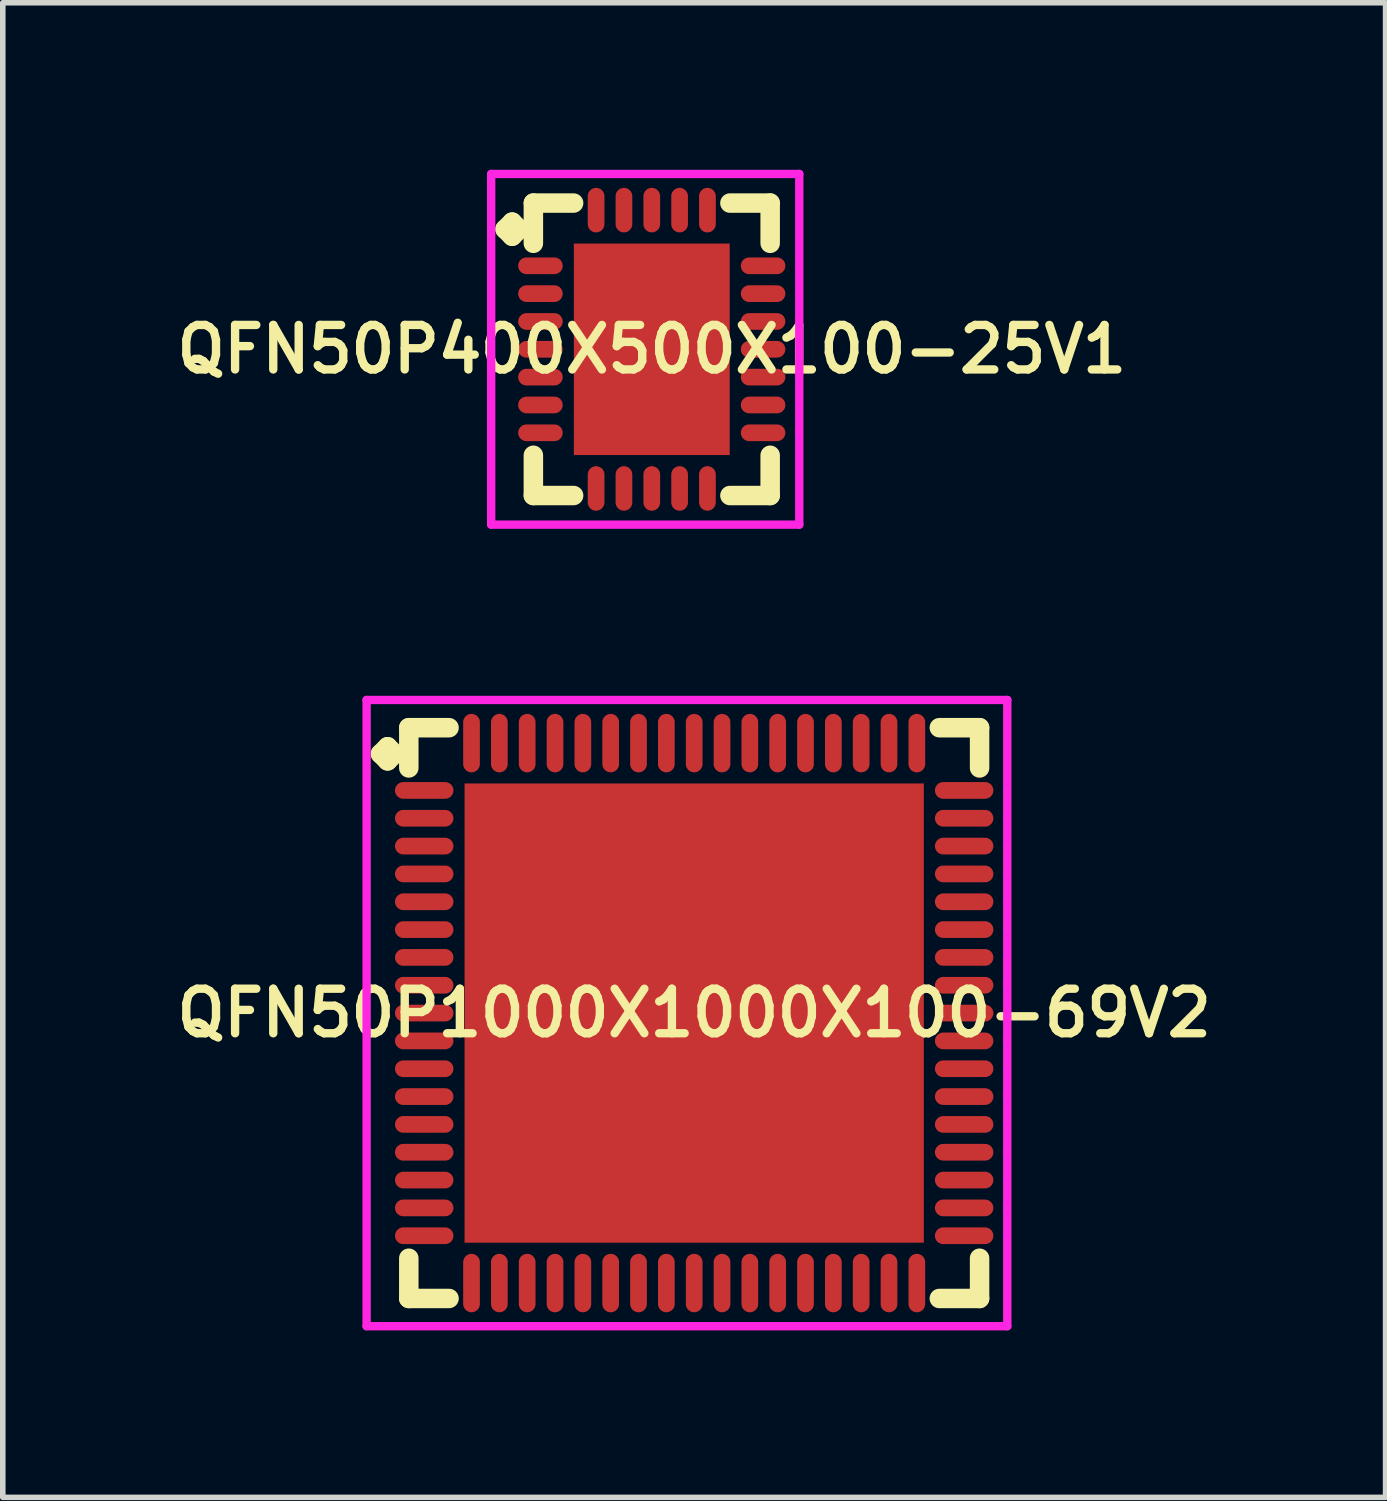
<source format=kicad_pcb>
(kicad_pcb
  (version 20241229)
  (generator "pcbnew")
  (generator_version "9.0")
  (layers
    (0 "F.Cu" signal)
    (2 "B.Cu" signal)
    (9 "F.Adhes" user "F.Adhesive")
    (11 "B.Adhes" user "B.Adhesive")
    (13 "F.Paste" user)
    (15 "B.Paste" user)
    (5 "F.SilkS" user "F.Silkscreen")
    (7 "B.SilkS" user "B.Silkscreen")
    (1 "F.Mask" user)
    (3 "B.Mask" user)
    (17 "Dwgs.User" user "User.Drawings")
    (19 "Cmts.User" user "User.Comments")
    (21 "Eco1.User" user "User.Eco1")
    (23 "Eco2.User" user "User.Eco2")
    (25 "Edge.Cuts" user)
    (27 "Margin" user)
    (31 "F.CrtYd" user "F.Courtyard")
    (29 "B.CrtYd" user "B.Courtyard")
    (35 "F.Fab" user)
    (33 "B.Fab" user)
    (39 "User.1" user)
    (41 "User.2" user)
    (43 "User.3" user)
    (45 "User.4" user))
  (footprint "QFN50P1000X1000X100-69V2"
    (layer "F.Cu")
    (at 9.421 15.15)
    (property "Reference" "QFN50P1000X1000X100-69V2" (at 0 0 0) (layer "F.SilkS") (effects (font (size 0.8 0.8) (thickness 0.15))))
    (attr smd)
    (fp_line (start -5.635 -4.658) (end -5.508 -4.785) (stroke (width 0.35) (type solid)) (layer "F.SilkS"))
    (fp_line (start -5.508 -4.785) (end -5.381 -4.658) (stroke (width 0.35) (type solid)) (layer "F.SilkS"))
    (fp_line (start -5.508 -4.531) (end -5.635 -4.658) (stroke (width 0.35) (type solid)) (layer "F.SilkS"))
    (fp_line (start -5.381 -4.658) (end -5.508 -4.531) (stroke (width 0.35) (type solid)) (layer "F.SilkS"))
    (fp_line (start -5.127 -5.127) (end -4.404 -5.127) (stroke (width 0.35) (type solid)) (layer "F.SilkS"))
    (fp_line (start -5.127 -4.404) (end -5.127 -5.127) (stroke (width 0.35) (type solid)) (layer "F.SilkS"))
    (fp_line (start -5.127 4.404) (end -5.127 5.127) (stroke (width 0.35) (type solid)) (layer "F.SilkS"))
    (fp_line (start -5.127 5.127) (end -4.404 5.127) (stroke (width 0.35) (type solid)) (layer "F.SilkS"))
    (fp_line (start 4.404 -5.127) (end 5.127 -5.127) (stroke (width 0.35) (type solid)) (layer "F.SilkS"))
    (fp_line (start 4.404 5.127) (end 5.127 5.127) (stroke (width 0.35) (type solid)) (layer "F.SilkS"))
    (fp_line (start 5.127 -5.127) (end 5.127 -4.404) (stroke (width 0.35) (type solid)) (layer "F.SilkS"))
    (fp_line (start 5.127 5.127) (end 5.127 4.404) (stroke (width 0.35) (type solid)) (layer "F.SilkS"))
    (fp_line (start -5.885 -5.625) (end 5.625 -5.625) (stroke (width 0.15) (type solid)) (layer "F.CrtYd"))
    (fp_line (start -5.885 5.625) (end -5.885 -5.625) (stroke (width 0.15) (type solid)) (layer "F.CrtYd"))
    (fp_line (start 5.625 -5.625) (end 5.625 5.625) (stroke (width 0.15) (type solid)) (layer "F.CrtYd"))
    (fp_line (start 5.625 5.625) (end -5.885 5.625) (stroke (width 0.15) (type solid)) (layer "F.CrtYd"))
    (pad "1" smd oval (at -4.85 -4) (size 1.05 0.3) (layers "F.Cu" "F.Mask" "F.Paste"))
    (pad "2" smd oval (at -4.85 -3.5) (size 1.05 0.3) (layers "F.Cu" "F.Mask" "F.Paste"))
    (pad "3" smd oval (at -4.85 -3) (size 1.05 0.3) (layers "F.Cu" "F.Mask" "F.Paste"))
    (pad "4" smd oval (at -4.85 -2.5) (size 1.05 0.3) (layers "F.Cu" "F.Mask" "F.Paste"))
    (pad "5" smd oval (at -4.85 -2) (size 1.05 0.3) (layers "F.Cu" "F.Mask" "F.Paste"))
    (pad "6" smd oval (at -4.85 -1.5) (size 1.05 0.3) (layers "F.Cu" "F.Mask" "F.Paste"))
    (pad "7" smd oval (at -4.85 -1) (size 1.05 0.3) (layers "F.Cu" "F.Mask" "F.Paste"))
    (pad "8" smd oval (at -4.85 -0.5) (size 1.05 0.3) (layers "F.Cu" "F.Mask" "F.Paste"))
    (pad "9" smd oval (at -4.85 0) (size 1.05 0.3) (layers "F.Cu" "F.Mask" "F.Paste"))
    (pad "10" smd oval (at -4.85 0.5) (size 1.05 0.3) (layers "F.Cu" "F.Mask" "F.Paste"))
    (pad "11" smd oval (at -4.85 1) (size 1.05 0.3) (layers "F.Cu" "F.Mask" "F.Paste"))
    (pad "12" smd oval (at -4.85 1.5) (size 1.05 0.3) (layers "F.Cu" "F.Mask" "F.Paste"))
    (pad "13" smd oval (at -4.85 2) (size 1.05 0.3) (layers "F.Cu" "F.Mask" "F.Paste"))
    (pad "14" smd oval (at -4.85 2.5) (size 1.05 0.3) (layers "F.Cu" "F.Mask" "F.Paste"))
    (pad "15" smd oval (at -4.85 3) (size 1.05 0.3) (layers "F.Cu" "F.Mask" "F.Paste"))
    (pad "16" smd oval (at -4.85 3.5) (size 1.05 0.3) (layers "F.Cu" "F.Mask" "F.Paste"))
    (pad "17" smd oval (at -4.85 4) (size 1.05 0.3) (layers "F.Cu" "F.Mask" "F.Paste"))
    (pad "18" smd oval (at -4 4.85) (size 0.3 1.05) (layers "F.Cu" "F.Mask" "F.Paste"))
    (pad "19" smd oval (at -3.5 4.85) (size 0.3 1.05) (layers "F.Cu" "F.Mask" "F.Paste"))
    (pad "20" smd oval (at -3 4.85) (size 0.3 1.05) (layers "F.Cu" "F.Mask" "F.Paste"))
    (pad "21" smd oval (at -2.5 4.85) (size 0.3 1.05) (layers "F.Cu" "F.Mask" "F.Paste"))
    (pad "22" smd oval (at -2 4.85) (size 0.3 1.05) (layers "F.Cu" "F.Mask" "F.Paste"))
    (pad "23" smd oval (at -1.5 4.85) (size 0.3 1.05) (layers "F.Cu" "F.Mask" "F.Paste"))
    (pad "24" smd oval (at -1 4.85) (size 0.3 1.05) (layers "F.Cu" "F.Mask" "F.Paste"))
    (pad "25" smd oval (at -0.5 4.85) (size 0.3 1.05) (layers "F.Cu" "F.Mask" "F.Paste"))
    (pad "26" smd oval (at 0 4.85) (size 0.3 1.05) (layers "F.Cu" "F.Mask" "F.Paste"))
    (pad "27" smd oval (at 0.5 4.85) (size 0.3 1.05) (layers "F.Cu" "F.Mask" "F.Paste"))
    (pad "28" smd oval (at 1 4.85) (size 0.3 1.05) (layers "F.Cu" "F.Mask" "F.Paste"))
    (pad "29" smd oval (at 1.5 4.85) (size 0.3 1.05) (layers "F.Cu" "F.Mask" "F.Paste"))
    (pad "30" smd oval (at 2 4.85) (size 0.3 1.05) (layers "F.Cu" "F.Mask" "F.Paste"))
    (pad "31" smd oval (at 2.5 4.85) (size 0.3 1.05) (layers "F.Cu" "F.Mask" "F.Paste"))
    (pad "32" smd oval (at 3 4.85) (size 0.3 1.05) (layers "F.Cu" "F.Mask" "F.Paste"))
    (pad "33" smd oval (at 3.5 4.85) (size 0.3 1.05) (layers "F.Cu" "F.Mask" "F.Paste"))
    (pad "34" smd oval (at 4 4.85) (size 0.3 1.05) (layers "F.Cu" "F.Mask" "F.Paste"))
    (pad "35" smd oval (at 4.85 4) (size 1.05 0.3) (layers "F.Cu" "F.Mask" "F.Paste"))
    (pad "36" smd oval (at 4.85 3.5) (size 1.05 0.3) (layers "F.Cu" "F.Mask" "F.Paste"))
    (pad "37" smd oval (at 4.85 3) (size 1.05 0.3) (layers "F.Cu" "F.Mask" "F.Paste"))
    (pad "38" smd oval (at 4.85 2.5) (size 1.05 0.3) (layers "F.Cu" "F.Mask" "F.Paste"))
    (pad "39" smd oval (at 4.85 2) (size 1.05 0.3) (layers "F.Cu" "F.Mask" "F.Paste"))
    (pad "40" smd oval (at 4.85 1.5) (size 1.05 0.3) (layers "F.Cu" "F.Mask" "F.Paste"))
    (pad "41" smd oval (at 4.85 1) (size 1.05 0.3) (layers "F.Cu" "F.Mask" "F.Paste"))
    (pad "42" smd oval (at 4.85 0.5) (size 1.05 0.3) (layers "F.Cu" "F.Mask" "F.Paste"))
    (pad "43" smd oval (at 4.85 0) (size 1.05 0.3) (layers "F.Cu" "F.Mask" "F.Paste"))
    (pad "44" smd oval (at 4.85 -0.5) (size 1.05 0.3) (layers "F.Cu" "F.Mask" "F.Paste"))
    (pad "45" smd oval (at 4.85 -1) (size 1.05 0.3) (layers "F.Cu" "F.Mask" "F.Paste"))
    (pad "46" smd oval (at 4.85 -1.5) (size 1.05 0.3) (layers "F.Cu" "F.Mask" "F.Paste"))
    (pad "47" smd oval (at 4.85 -2) (size 1.05 0.3) (layers "F.Cu" "F.Mask" "F.Paste"))
    (pad "48" smd oval (at 4.85 -2.5) (size 1.05 0.3) (layers "F.Cu" "F.Mask" "F.Paste"))
    (pad "49" smd oval (at 4.85 -3) (size 1.05 0.3) (layers "F.Cu" "F.Mask" "F.Paste"))
    (pad "50" smd oval (at 4.85 -3.5) (size 1.05 0.3) (layers "F.Cu" "F.Mask" "F.Paste"))
    (pad "51" smd oval (at 4.85 -4) (size 1.05 0.3) (layers "F.Cu" "F.Mask" "F.Paste"))
    (pad "52" smd oval (at 4 -4.85) (size 0.3 1.05) (layers "F.Cu" "F.Mask" "F.Paste"))
    (pad "53" smd oval (at 3.5 -4.85) (size 0.3 1.05) (layers "F.Cu" "F.Mask" "F.Paste"))
    (pad "54" smd oval (at 3 -4.85) (size 0.3 1.05) (layers "F.Cu" "F.Mask" "F.Paste"))
    (pad "55" smd oval (at 2.5 -4.85) (size 0.3 1.05) (layers "F.Cu" "F.Mask" "F.Paste"))
    (pad "56" smd oval (at 2 -4.85) (size 0.3 1.05) (layers "F.Cu" "F.Mask" "F.Paste"))
    (pad "57" smd oval (at 1.5 -4.85) (size 0.3 1.05) (layers "F.Cu" "F.Mask" "F.Paste"))
    (pad "58" smd oval (at 1 -4.85) (size 0.3 1.05) (layers "F.Cu" "F.Mask" "F.Paste"))
    (pad "59" smd oval (at 0.5 -4.85) (size 0.3 1.05) (layers "F.Cu" "F.Mask" "F.Paste"))
    (pad "60" smd oval (at 0 -4.85) (size 0.3 1.05) (layers "F.Cu" "F.Mask" "F.Paste"))
    (pad "61" smd oval (at -0.5 -4.85) (size 0.3 1.05) (layers "F.Cu" "F.Mask" "F.Paste"))
    (pad "62" smd oval (at -1 -4.85) (size 0.3 1.05) (layers "F.Cu" "F.Mask" "F.Paste"))
    (pad "63" smd oval (at -1.5 -4.85) (size 0.3 1.05) (layers "F.Cu" "F.Mask" "F.Paste"))
    (pad "64" smd oval (at -2 -4.85) (size 0.3 1.05) (layers "F.Cu" "F.Mask" "F.Paste"))
    (pad "65" smd oval (at -2.5 -4.85) (size 0.3 1.05) (layers "F.Cu" "F.Mask" "F.Paste"))
    (pad "66" smd oval (at -3 -4.85) (size 0.3 1.05) (layers "F.Cu" "F.Mask" "F.Paste"))
    (pad "67" smd oval (at -3.5 -4.85) (size 0.3 1.05) (layers "F.Cu" "F.Mask" "F.Paste"))
    (pad "68" smd oval (at -4 -4.85) (size 0.3 1.05) (layers "F.Cu" "F.Mask" "F.Paste"))
    (pad "69" smd rect (at 0 0) (size 8.25 8.25) (layers "F.Cu" "F.Mask" "F.Paste")))
  (footprint "QFN50P400X500X100-25V1"
    (layer "F.Cu")
    (at 8.659 3.225)
    (property "Reference" "QFN50P400X500X100-25V1" (at 0 0 0) (layer "F.SilkS") (effects (font (size 0.8 0.8) (thickness 0.15))))
    (attr smd)
    (fp_line (start -2.635 -2.158) (end -2.508 -2.285) (stroke (width 0.35) (type solid)) (layer "F.SilkS"))
    (fp_line (start -2.508 -2.285) (end -2.381 -2.158) (stroke (width 0.35) (type solid)) (layer "F.SilkS"))
    (fp_line (start -2.508 -2.031) (end -2.635 -2.158) (stroke (width 0.35) (type solid)) (layer "F.SilkS"))
    (fp_line (start -2.381 -2.158) (end -2.508 -2.031) (stroke (width 0.35) (type solid)) (layer "F.SilkS"))
    (fp_line (start -2.127 -2.627) (end -1.404 -2.627) (stroke (width 0.35) (type solid)) (layer "F.SilkS"))
    (fp_line (start -2.127 -1.904) (end -2.127 -2.627) (stroke (width 0.35) (type solid)) (layer "F.SilkS"))
    (fp_line (start -2.127 1.904) (end -2.127 2.627) (stroke (width 0.35) (type solid)) (layer "F.SilkS"))
    (fp_line (start -2.127 2.627) (end -1.404 2.627) (stroke (width 0.35) (type solid)) (layer "F.SilkS"))
    (fp_line (start 1.404 -2.627) (end 2.127 -2.627) (stroke (width 0.35) (type solid)) (layer "F.SilkS"))
    (fp_line (start 1.404 2.627) (end 2.127 2.627) (stroke (width 0.35) (type solid)) (layer "F.SilkS"))
    (fp_line (start 2.127 -2.627) (end 2.127 -1.904) (stroke (width 0.35) (type solid)) (layer "F.SilkS"))
    (fp_line (start 2.127 2.627) (end 2.127 1.904) (stroke (width 0.35) (type solid)) (layer "F.SilkS"))
    (fp_line (start -2.885 -3.15) (end 2.65 -3.15) (stroke (width 0.15) (type solid)) (layer "F.CrtYd"))
    (fp_line (start -2.885 3.15) (end -2.885 -3.15) (stroke (width 0.15) (type solid)) (layer "F.CrtYd"))
    (fp_line (start 2.65 -3.15) (end 2.65 3.15) (stroke (width 0.15) (type solid)) (layer "F.CrtYd"))
    (fp_line (start 2.65 3.15) (end -2.885 3.15) (stroke (width 0.15) (type solid)) (layer "F.CrtYd"))
    (pad "1" smd oval (at -2 -1.5) (size 0.8 0.3) (layers "F.Cu" "F.Mask" "F.Paste"))
    (pad "2" smd oval (at -2 -1) (size 0.8 0.3) (layers "F.Cu" "F.Mask" "F.Paste"))
    (pad "3" smd oval (at -2 -0.5) (size 0.8 0.3) (layers "F.Cu" "F.Mask" "F.Paste"))
    (pad "4" smd oval (at -2 0) (size 0.8 0.3) (layers "F.Cu" "F.Mask" "F.Paste"))
    (pad "5" smd oval (at -2 0.5) (size 0.8 0.3) (layers "F.Cu" "F.Mask" "F.Paste"))
    (pad "6" smd oval (at -2 1) (size 0.8 0.3) (layers "F.Cu" "F.Mask" "F.Paste"))
    (pad "7" smd oval (at -2 1.5) (size 0.8 0.3) (layers "F.Cu" "F.Mask" "F.Paste"))
    (pad "8" smd oval (at -1 2.5) (size 0.3 0.8) (layers "F.Cu" "F.Mask" "F.Paste"))
    (pad "9" smd oval (at -0.5 2.5) (size 0.3 0.8) (layers "F.Cu" "F.Mask" "F.Paste"))
    (pad "10" smd oval (at 0 2.5) (size 0.3 0.8) (layers "F.Cu" "F.Mask" "F.Paste"))
    (pad "11" smd oval (at 0.5 2.5) (size 0.3 0.8) (layers "F.Cu" "F.Mask" "F.Paste"))
    (pad "12" smd oval (at 1 2.5) (size 0.3 0.8) (layers "F.Cu" "F.Mask" "F.Paste"))
    (pad "13" smd oval (at 2 1.5) (size 0.8 0.3) (layers "F.Cu" "F.Mask" "F.Paste"))
    (pad "14" smd oval (at 2 1) (size 0.8 0.3) (layers "F.Cu" "F.Mask" "F.Paste"))
    (pad "15" smd oval (at 2 0.5) (size 0.8 0.3) (layers "F.Cu" "F.Mask" "F.Paste"))
    (pad "16" smd oval (at 2 0) (size 0.8 0.3) (layers "F.Cu" "F.Mask" "F.Paste"))
    (pad "17" smd oval (at 2 -0.5) (size 0.8 0.3) (layers "F.Cu" "F.Mask" "F.Paste"))
    (pad "18" smd oval (at 2 -1) (size 0.8 0.3) (layers "F.Cu" "F.Mask" "F.Paste"))
    (pad "19" smd oval (at 2 -1.5) (size 0.8 0.3) (layers "F.Cu" "F.Mask" "F.Paste"))
    (pad "20" smd oval (at 1 -2.5) (size 0.3 0.8) (layers "F.Cu" "F.Mask" "F.Paste"))
    (pad "21" smd oval (at 0.5 -2.5) (size 0.3 0.8) (layers "F.Cu" "F.Mask" "F.Paste"))
    (pad "22" smd oval (at 0 -2.5) (size 0.3 0.8) (layers "F.Cu" "F.Mask" "F.Paste"))
    (pad "23" smd oval (at -0.5 -2.5) (size 0.3 0.8) (layers "F.Cu" "F.Mask" "F.Paste"))
    (pad "24" smd oval (at -1 -2.5) (size 0.3 0.8) (layers "F.Cu" "F.Mask" "F.Paste"))
    (pad "25" smd rect (at 0 0) (size 2.8 3.8) (layers "F.Cu" "F.Mask" "F.Paste")))
  (gr_rect
    (start -3 -3)
    (end 21.842 23.85)
    (stroke (width 0.1) (type default))
    (fill no)
    (layer "Edge.Cuts")))
</source>
